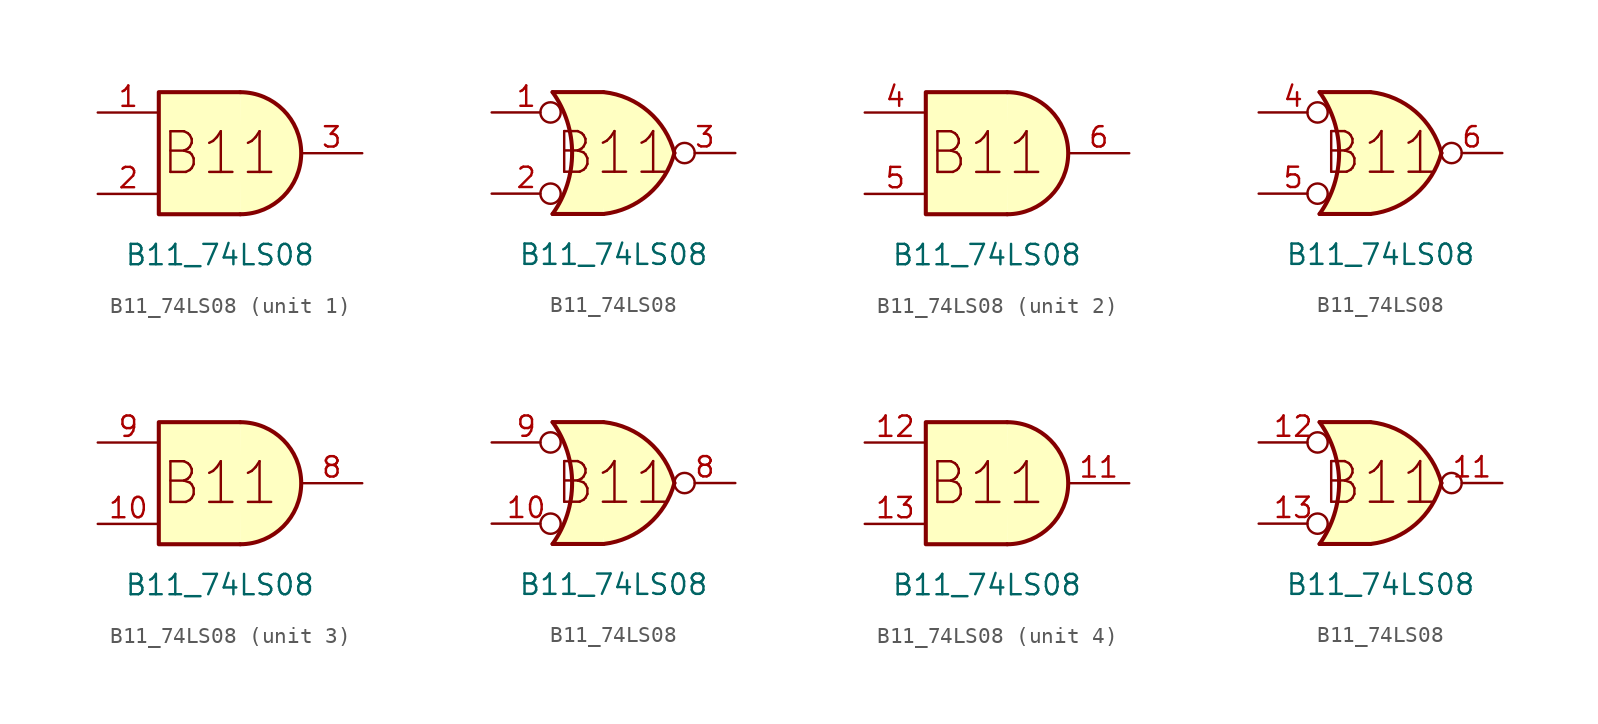
<source format=kicad_sym>
(kicad_symbol_lib
  (version 20211014)
  (generator kicad_symbol_editor)
  (symbol "B11_74LS08"
    (pin_names
      (offset 1.016))
    (property "Reference" "U"
      (at -31.75 21.59 0)
      (effects (font (size 1.27 1.27)) hide))
    (property "Value" "B11_74LS08"
      (at 0 -6.35 0)
      (effects (font (size 1.27 1.27))))
    (symbol "B11_74LS08_0_0"
      (text "B11" (at 0 0 0) (effects (font (size 2.54 2.54)))))
    (symbol "B11_74LS08_0_1"
      (polyline (pts (xy 1.27 3.81) (xy -3.81 3.81) (xy -3.81 -3.81) (xy 1.27 -3.81)) (stroke (width 0.254) (type default) (color 0 0 0 0)) (fill (type background)))
      (arc (start 1.27 -3.81) (mid 5.08 0) (end 1.27 3.81) (stroke (width 0.254) (type default) (color 0 0 0 0)) (fill (type background))))
    (symbol "B11_74LS08_1_1"
      (pin input line (at -7.62 2.54 0) (length 3.81) (name "~" (effects (font (size 1.27 1.27)))) (number "1" (effects (font (size 1.27 1.27)))))
      (pin input line (at -7.62 -2.54 0) (length 3.81) (name "~" (effects (font (size 1.27 1.27)))) (number "2" (effects (font (size 1.27 1.27)))))
      (pin output line (at 8.89 0 180) (length 3.81) (name "~" (effects (font (size 1.27 1.27)))) (number "3" (effects (font (size 1.27 1.27))))))
    (symbol "B11_74LS08_1_2"
      (arc (start -3.81 -3.81) (mid -2.589 0) (end -3.81 3.81) (stroke (width 0.254) (type default) (color 0 0 0 0)) (fill (type none)))
      (arc (start -0.6096 -3.81) (mid 2.1842 -2.5851) (end 3.81 0) (stroke (width 0.254) (type default) (color 0 0 0 0)) (fill (type background)))
      (polyline (pts (xy -3.81 -3.81) (xy -0.635 -3.81)) (stroke (width 0.254) (type default) (color 0 0 0 0)) (fill (type background)))
      (polyline (pts (xy -3.81 3.81) (xy -0.635 3.81)) (stroke (width 0.254) (type default) (color 0 0 0 0)) (fill (type background)))
      (polyline (pts (xy -0.635 3.81) (xy -3.81 3.81) (xy -3.81 3.81) (xy -3.556 3.404) (xy -3.023 2.261) (xy -2.692 1.041) (xy -2.616 -0.254) (xy -2.769 -1.499) (xy -3.175 -2.718) (xy -3.81 -3.81) (xy -3.81 -3.81) (xy -0.635 -3.81)) (stroke (width -25.4) (type default) (color 0 0 0 0)) (fill (type background)))
      (arc (start 3.81 0) (mid 2.1915 2.5936) (end -0.6096 3.81) (stroke (width 0.254) (type default) (color 0 0 0 0)) (fill (type background)))
      (pin input inverted (at -7.62 2.54 0) (length 4.318) (name "~" (effects (font (size 1.27 1.27)))) (number "1" (effects (font (size 1.27 1.27)))))
      (pin input inverted (at -7.62 -2.54 0) (length 4.318) (name "~" (effects (font (size 1.27 1.27)))) (number "2" (effects (font (size 1.27 1.27)))))
      (pin output inverted (at 7.62 0 180) (length 3.81) (name "~" (effects (font (size 1.27 1.27)))) (number "3" (effects (font (size 1.27 1.27))))))
    (symbol "B11_74LS08_2_1"
      (pin input line (at -7.62 2.54 0) (length 3.81) (name "~" (effects (font (size 1.27 1.27)))) (number "4" (effects (font (size 1.27 1.27)))))
      (pin input line (at -7.62 -2.54 0) (length 3.81) (name "~" (effects (font (size 1.27 1.27)))) (number "5" (effects (font (size 1.27 1.27)))))
      (pin output line (at 8.89 0 180) (length 3.81) (name "~" (effects (font (size 1.27 1.27)))) (number "6" (effects (font (size 1.27 1.27))))))
    (symbol "B11_74LS08_2_2"
      (arc (start -3.81 -3.81) (mid -2.589 0) (end -3.81 3.81) (stroke (width 0.254) (type default) (color 0 0 0 0)) (fill (type none)))
      (arc (start -0.6096 -3.81) (mid 2.1842 -2.5851) (end 3.81 0) (stroke (width 0.254) (type default) (color 0 0 0 0)) (fill (type background)))
      (polyline (pts (xy -3.81 -3.81) (xy -0.635 -3.81)) (stroke (width 0.254) (type default) (color 0 0 0 0)) (fill (type background)))
      (polyline (pts (xy -3.81 3.81) (xy -0.635 3.81)) (stroke (width 0.254) (type default) (color 0 0 0 0)) (fill (type background)))
      (polyline (pts (xy -0.635 3.81) (xy -3.81 3.81) (xy -3.81 3.81) (xy -3.556 3.404) (xy -3.023 2.261) (xy -2.692 1.041) (xy -2.616 -0.254) (xy -2.769 -1.499) (xy -3.175 -2.718) (xy -3.81 -3.81) (xy -3.81 -3.81) (xy -0.635 -3.81)) (stroke (width -25.4) (type default) (color 0 0 0 0)) (fill (type background)))
      (arc (start 3.81 0) (mid 2.1915 2.5936) (end -0.6096 3.81) (stroke (width 0.254) (type default) (color 0 0 0 0)) (fill (type background)))
      (pin input inverted (at -7.62 2.54 0) (length 4.318) (name "~" (effects (font (size 1.27 1.27)))) (number "4" (effects (font (size 1.27 1.27)))))
      (pin input inverted (at -7.62 -2.54 0) (length 4.318) (name "~" (effects (font (size 1.27 1.27)))) (number "5" (effects (font (size 1.27 1.27)))))
      (pin output inverted (at 7.62 0 180) (length 3.81) (name "~" (effects (font (size 1.27 1.27)))) (number "6" (effects (font (size 1.27 1.27))))))
    (symbol "B11_74LS08_3_1"
      (pin input line (at -7.62 -2.54 0) (length 3.81) (name "~" (effects (font (size 1.27 1.27)))) (number "10" (effects (font (size 1.27 1.27)))))
      (pin output line (at 8.89 0 180) (length 3.81) (name "~" (effects (font (size 1.27 1.27)))) (number "8" (effects (font (size 1.27 1.27)))))
      (pin input line (at -7.62 2.54 0) (length 3.81) (name "~" (effects (font (size 1.27 1.27)))) (number "9" (effects (font (size 1.27 1.27))))))
    (symbol "B11_74LS08_3_2"
      (arc (start -3.81 -3.81) (mid -2.589 0) (end -3.81 3.81) (stroke (width 0.254) (type default) (color 0 0 0 0)) (fill (type none)))
      (arc (start -0.6096 -3.81) (mid 2.1842 -2.5851) (end 3.81 0) (stroke (width 0.254) (type default) (color 0 0 0 0)) (fill (type background)))
      (polyline (pts (xy -3.81 -3.81) (xy -0.635 -3.81)) (stroke (width 0.254) (type default) (color 0 0 0 0)) (fill (type background)))
      (polyline (pts (xy -3.81 3.81) (xy -0.635 3.81)) (stroke (width 0.254) (type default) (color 0 0 0 0)) (fill (type background)))
      (polyline (pts (xy -0.635 3.81) (xy -3.81 3.81) (xy -3.81 3.81) (xy -3.556 3.404) (xy -3.023 2.261) (xy -2.692 1.041) (xy -2.616 -0.254) (xy -2.769 -1.499) (xy -3.175 -2.718) (xy -3.81 -3.81) (xy -3.81 -3.81) (xy -0.635 -3.81)) (stroke (width -25.4) (type default) (color 0 0 0 0)) (fill (type background)))
      (arc (start 3.81 0) (mid 2.1915 2.5936) (end -0.6096 3.81) (stroke (width 0.254) (type default) (color 0 0 0 0)) (fill (type background)))
      (pin input inverted (at -7.62 -2.54 0) (length 4.318) (name "~" (effects (font (size 1.27 1.27)))) (number "10" (effects (font (size 1.27 1.27)))))
      (pin output inverted (at 7.62 0 180) (length 3.81) (name "~" (effects (font (size 1.27 1.27)))) (number "8" (effects (font (size 1.27 1.27)))))
      (pin input inverted (at -7.62 2.54 0) (length 4.318) (name "~" (effects (font (size 1.27 1.27)))) (number "9" (effects (font (size 1.27 1.27))))))
    (symbol "B11_74LS08_4_1"
      (pin output line (at 8.89 0 180) (length 3.81) (name "~" (effects (font (size 1.27 1.27)))) (number "11" (effects (font (size 1.27 1.27)))))
      (pin input line (at -7.62 2.54 0) (length 3.81) (name "~" (effects (font (size 1.27 1.27)))) (number "12" (effects (font (size 1.27 1.27)))))
      (pin input line (at -7.62 -2.54 0) (length 3.81) (name "~" (effects (font (size 1.27 1.27)))) (number "13" (effects (font (size 1.27 1.27))))))
    (symbol "B11_74LS08_4_2"
      (arc (start -3.81 -3.81) (mid -2.589 0) (end -3.81 3.81) (stroke (width 0.254) (type default) (color 0 0 0 0)) (fill (type none)))
      (arc (start -0.6096 -3.81) (mid 2.1842 -2.5851) (end 3.81 0) (stroke (width 0.254) (type default) (color 0 0 0 0)) (fill (type background)))
      (polyline (pts (xy -3.81 -3.81) (xy -0.635 -3.81)) (stroke (width 0.254) (type default) (color 0 0 0 0)) (fill (type background)))
      (polyline (pts (xy -3.81 3.81) (xy -0.635 3.81)) (stroke (width 0.254) (type default) (color 0 0 0 0)) (fill (type background)))
      (polyline (pts (xy -0.635 3.81) (xy -3.81 3.81) (xy -3.81 3.81) (xy -3.556 3.404) (xy -3.023 2.261) (xy -2.692 1.041) (xy -2.616 -0.254) (xy -2.769 -1.499) (xy -3.175 -2.718) (xy -3.81 -3.81) (xy -3.81 -3.81) (xy -0.635 -3.81)) (stroke (width -25.4) (type default) (color 0 0 0 0)) (fill (type background)))
      (arc (start 3.81 0) (mid 2.1915 2.5936) (end -0.6096 3.81) (stroke (width 0.254) (type default) (color 0 0 0 0)) (fill (type background)))
      (pin output inverted (at 7.62 0 180) (length 3.81) (name "~" (effects (font (size 1.27 1.27)))) (number "11" (effects (font (size 1.27 1.27)))))
      (pin input inverted (at -7.62 2.54 0) (length 4.318) (name "~" (effects (font (size 1.27 1.27)))) (number "12" (effects (font (size 1.27 1.27)))))
      (pin input inverted (at -7.62 -2.54 0) (length 4.318) (name "~" (effects (font (size 1.27 1.27)))) (number "13" (effects (font (size 1.27 1.27))))))))
</source>
